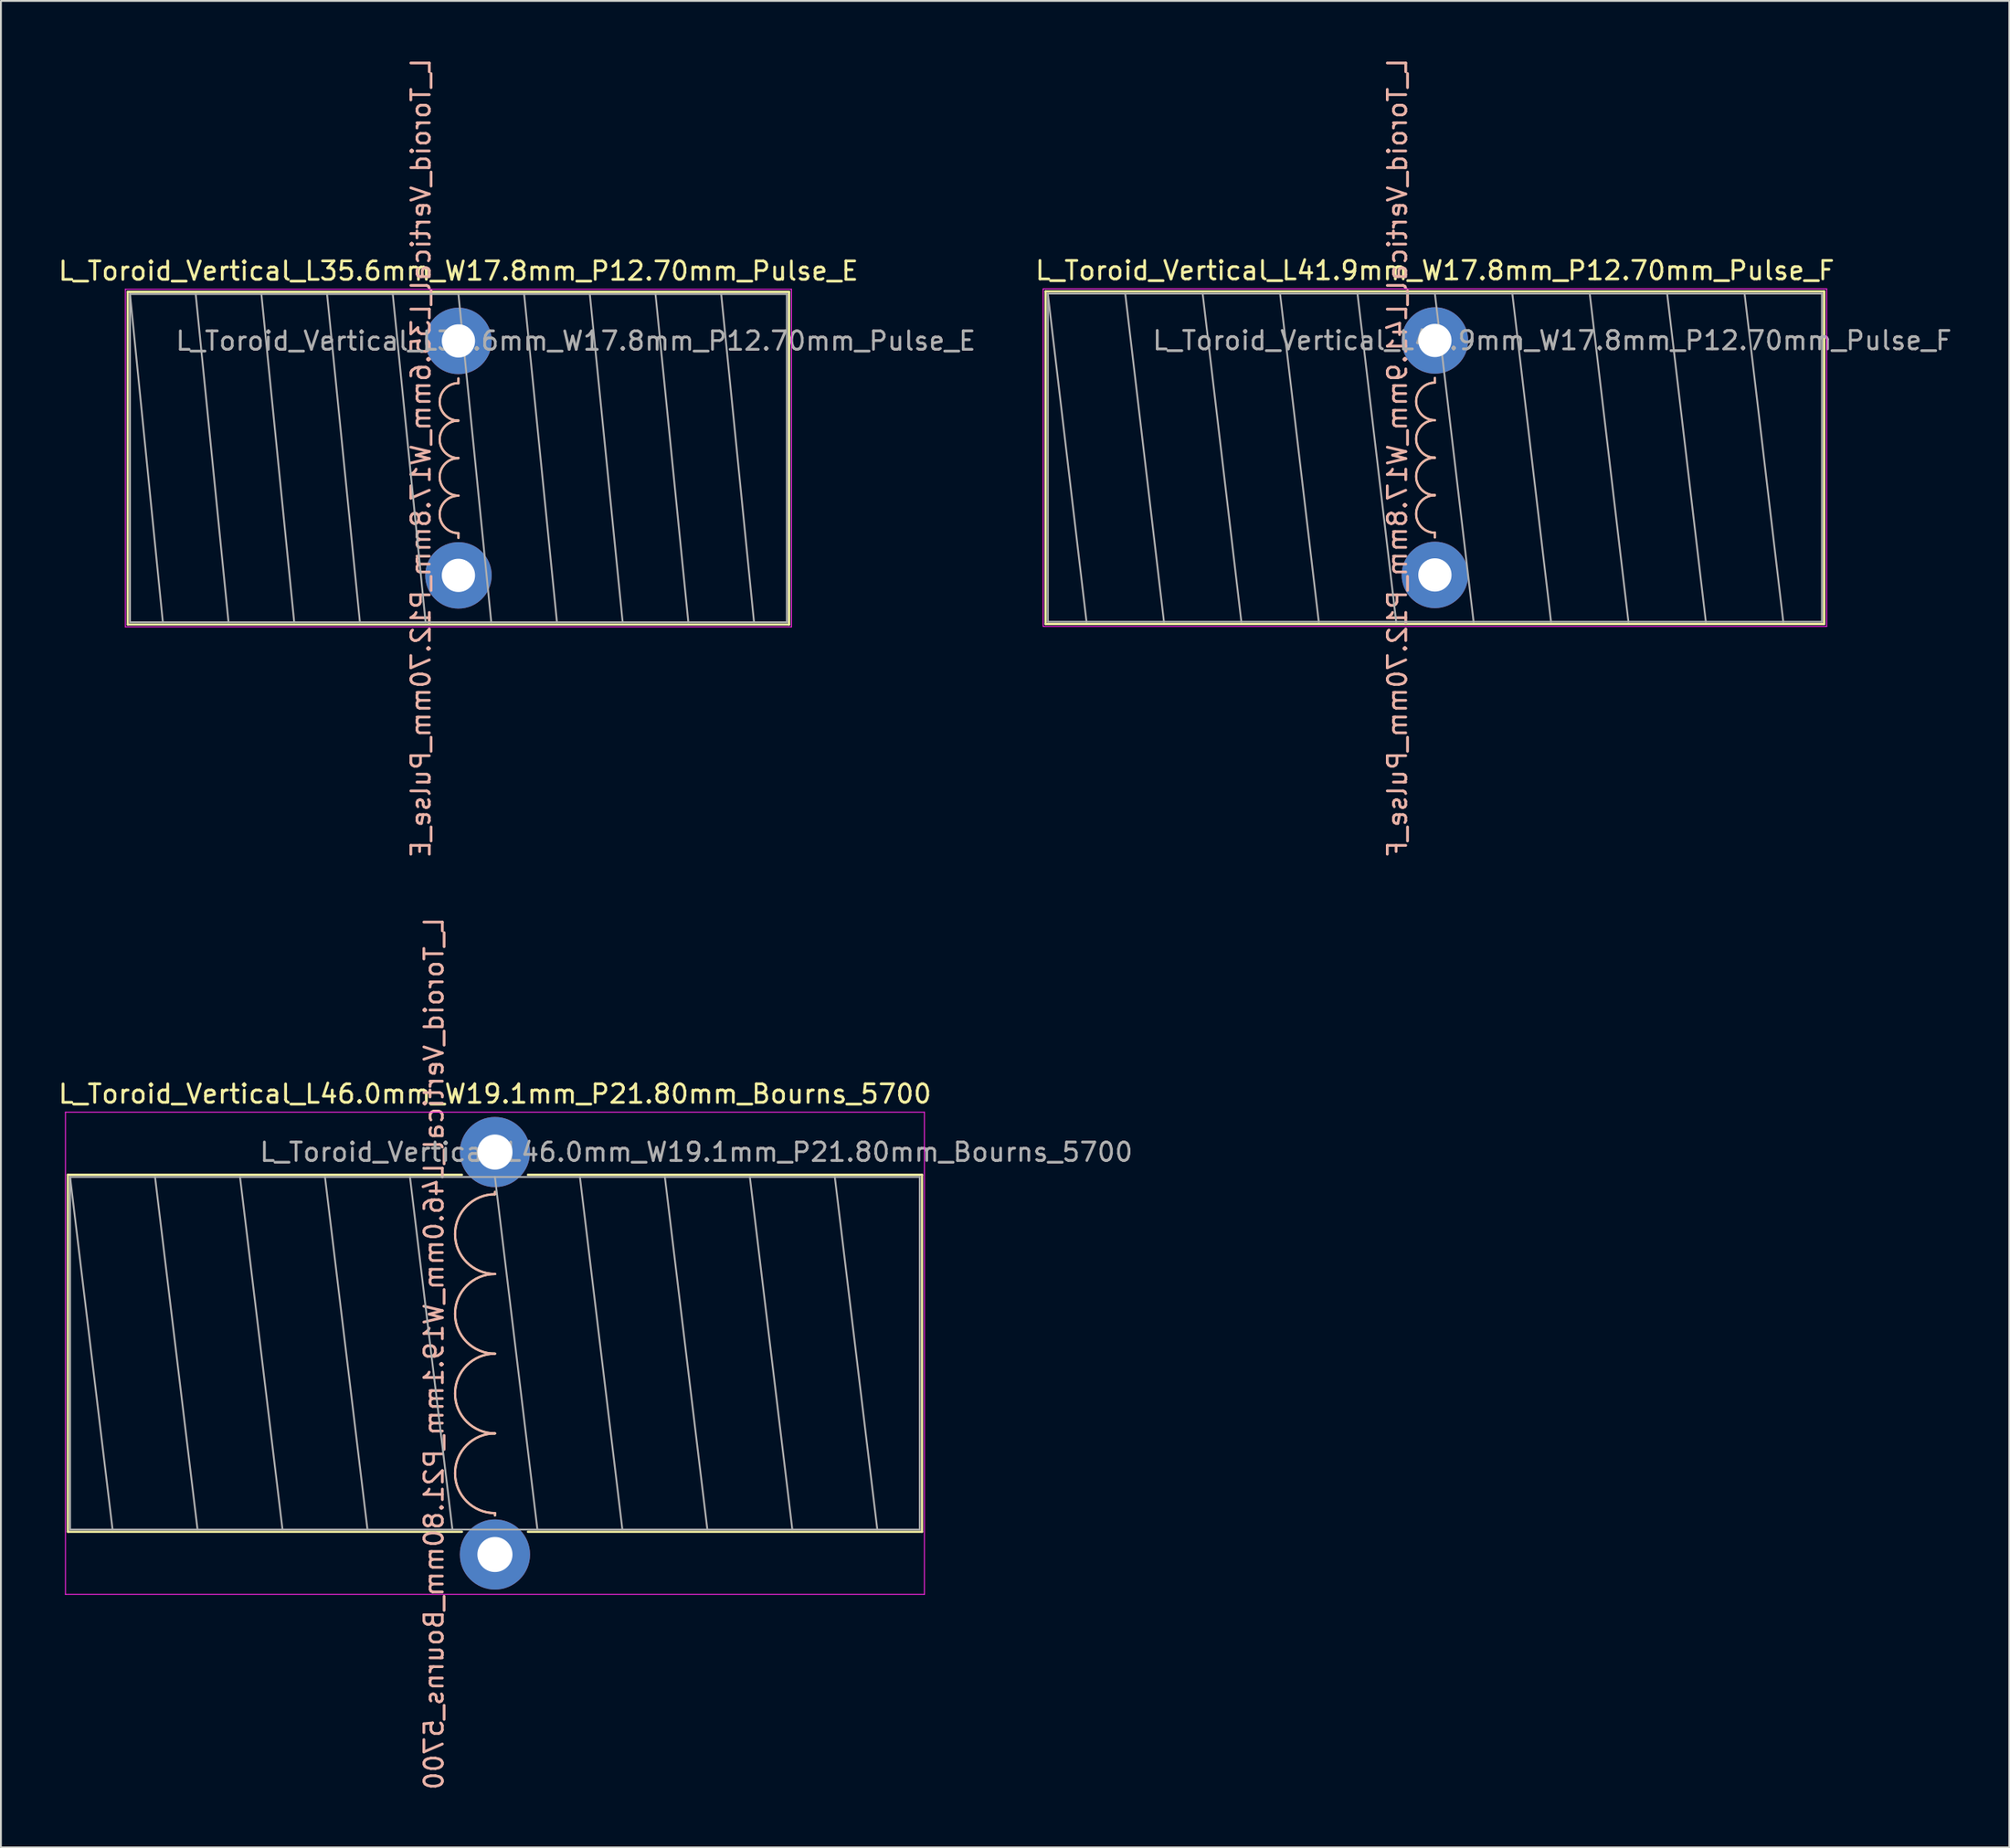
<source format=kicad_pcb>
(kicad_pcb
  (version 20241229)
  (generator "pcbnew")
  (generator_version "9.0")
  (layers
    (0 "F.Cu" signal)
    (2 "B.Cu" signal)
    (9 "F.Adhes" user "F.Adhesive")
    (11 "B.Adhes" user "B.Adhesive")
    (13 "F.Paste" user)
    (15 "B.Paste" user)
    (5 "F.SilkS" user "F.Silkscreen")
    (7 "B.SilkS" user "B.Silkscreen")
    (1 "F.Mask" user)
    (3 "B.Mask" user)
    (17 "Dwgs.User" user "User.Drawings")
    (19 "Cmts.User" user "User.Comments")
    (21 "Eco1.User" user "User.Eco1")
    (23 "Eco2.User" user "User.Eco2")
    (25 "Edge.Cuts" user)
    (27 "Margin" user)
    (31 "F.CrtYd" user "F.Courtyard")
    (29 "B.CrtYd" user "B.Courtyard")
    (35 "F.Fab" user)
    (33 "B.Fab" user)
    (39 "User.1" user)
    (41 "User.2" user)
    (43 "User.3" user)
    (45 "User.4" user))
  (footprint "L_Toroid_Vertical_L41.9mm_W17.8mm_P12.70mm_Pulse_F"
    (layer "F.Cu")
    (at 74.63 15.394)
    (property "Reference" "L_Toroid_Vertical_L41.9mm_W17.8mm_P12.70mm_Pulse_F" (at 0 -3.79 0) (layer "F.SilkS") (effects (font (size 1 1) (thickness 0.15))))
    (fp_line (start -21.075 -2.66) (end -21.075 15.36) (stroke (width 0.12) (type solid)) (layer "F.SilkS"))
    (fp_line (start -21.075 -2.66) (end 21.075 -2.66) (stroke (width 0.12) (type solid)) (layer "F.SilkS"))
    (fp_line (start -21.075 15.36) (end 21.075 15.36) (stroke (width 0.12) (type solid)) (layer "F.SilkS"))
    (fp_line (start 0 2.286) (end 0 2.032) (stroke (width 0.12) (type solid)) (layer "F.SilkS"))
    (fp_line (start 0 10.414) (end 0 10.668) (stroke (width 0.12) (type solid)) (layer "F.SilkS"))
    (fp_line (start 21.075 -2.66) (end 21.075 15.36) (stroke (width 0.12) (type solid)) (layer "F.SilkS"))
    (fp_arc (start 0 4.318) (mid -1.016 3.302) (end 0 2.286) (stroke (width 0.12) (type solid)) (layer "F.SilkS"))
    (fp_arc (start 0 6.35) (mid -1.016 5.334) (end 0 4.318) (stroke (width 0.12) (type solid)) (layer "F.SilkS"))
    (fp_arc (start 0 8.382) (mid -1.016 7.366) (end 0 6.35) (stroke (width 0.12) (type solid)) (layer "F.SilkS"))
    (fp_arc (start 0 10.414) (mid -1.016 9.398) (end 0 8.382) (stroke (width 0.12) (type solid)) (layer "F.SilkS"))
    (fp_line (start 0 2.286) (end 0 2.032) (stroke (width 0.12) (type solid)) (layer "B.SilkS"))
    (fp_line (start 0 10.414) (end 0 10.668) (stroke (width 0.12) (type solid)) (layer "B.SilkS"))
    (fp_arc (start 0 4.318) (mid -1.016 3.302) (end 0 2.286) (stroke (width 0.12) (type solid)) (layer "B.SilkS"))
    (fp_arc (start 0 6.35) (mid -1.016 5.334) (end 0 4.318) (stroke (width 0.12) (type solid)) (layer "B.SilkS"))
    (fp_arc (start 0 8.382) (mid -1.016 7.366) (end 0 6.35) (stroke (width 0.12) (type solid)) (layer "B.SilkS"))
    (fp_arc (start 0 10.414) (mid -1.016 9.398) (end 0 8.382) (stroke (width 0.12) (type solid)) (layer "B.SilkS"))
    (fp_line (start -21.21 -2.8) (end -21.21 15.49) (stroke (width 0.05) (type solid)) (layer "F.CrtYd"))
    (fp_line (start -21.21 15.49) (end 21.21 15.49) (stroke (width 0.05) (type solid)) (layer "F.CrtYd"))
    (fp_line (start 21.21 -2.8) (end -21.21 -2.8) (stroke (width 0.05) (type solid)) (layer "F.CrtYd"))
    (fp_line (start 21.21 15.49) (end 21.21 -2.8) (stroke (width 0.05) (type solid)) (layer "F.CrtYd"))
    (fp_line (start -20.955 -2.54) (end -20.955 15.24) (stroke (width 0.1) (type solid)) (layer "F.Fab"))
    (fp_line (start -20.955 -2.54) (end -18.86 15.24) (stroke (width 0.1) (type solid)) (layer "F.Fab"))
    (fp_line (start -20.955 15.24) (end 20.955 15.24) (stroke (width 0.1) (type solid)) (layer "F.Fab"))
    (fp_line (start -16.764 -2.54) (end -14.668 15.24) (stroke (width 0.1) (type solid)) (layer "F.Fab"))
    (fp_line (start -12.573 -2.54) (end -10.477 15.24) (stroke (width 0.1) (type solid)) (layer "F.Fab"))
    (fp_line (start -8.382 -2.54) (end -6.287 15.24) (stroke (width 0.1) (type solid)) (layer "F.Fab"))
    (fp_line (start -4.191 -2.54) (end -2.095 15.24) (stroke (width 0.1) (type solid)) (layer "F.Fab"))
    (fp_line (start 0 -2.54) (end 2.095 15.24) (stroke (width 0.1) (type solid)) (layer "F.Fab"))
    (fp_line (start 4.191 -2.54) (end 6.287 15.24) (stroke (width 0.1) (type solid)) (layer "F.Fab"))
    (fp_line (start 8.382 -2.54) (end 10.477 15.24) (stroke (width 0.1) (type solid)) (layer "F.Fab"))
    (fp_line (start 12.573 -2.54) (end 14.668 15.24) (stroke (width 0.1) (type solid)) (layer "F.Fab"))
    (fp_line (start 16.764 -2.54) (end 18.86 15.24) (stroke (width 0.1) (type solid)) (layer "F.Fab"))
    (fp_line (start 20.955 -2.54) (end -20.955 -2.54) (stroke (width 0.1) (type solid)) (layer "F.Fab"))
    (fp_line (start 20.955 15.24) (end 20.955 -2.54) (stroke (width 0.1) (type solid)) (layer "F.Fab"))
    (fp_text user "${REFERENCE}" (at -2.032 6.35 90) (layer "B.SilkS") (effects (font (size 1 1) (thickness 0.15)) (justify mirror)))
    (fp_text user "${REFERENCE}" (at 6.35 0 0) (layer "F.Fab") (effects (font (size 1 1) (thickness 0.15))))
    (pad "1" thru_hole circle (at 0 0) (size 3.6 3.6) (drill 1.8) (layers "*.Cu" "*.Mask"))
    (pad "2" thru_hole circle (at 0 12.7) (size 3.6 3.6) (drill 1.8) (layers "*.Cu" "*.Mask")))
  (footprint "L_Toroid_Vertical_L46.0mm_W19.1mm_P21.80mm_Bourns_5700"
    (layer "F.Cu")
    (at 23.744 59.358)
    (property "Reference" "L_Toroid_Vertical_L46.0mm_W19.1mm_P21.80mm_Bourns_5700" (at 0 -3.15 0) (layer "F.SilkS") (effects (font (size 1 1) (thickness 0.15))))
    (fp_line (start -23.12 1.23) (end -23.12 20.57) (stroke (width 0.12) (type solid)) (layer "F.SilkS"))
    (fp_line (start -23.12 1.23) (end -1.785 1.23) (stroke (width 0.12) (type solid)) (layer "F.SilkS"))
    (fp_line (start -23.12 20.57) (end -1.785 20.57) (stroke (width 0.12) (type solid)) (layer "F.SilkS"))
    (fp_line (start 0 2.286) (end 0 2.159) (stroke (width 0.12) (type solid)) (layer "F.SilkS"))
    (fp_line (start 0 19.558) (end 0 19.685) (stroke (width 0.12) (type solid)) (layer "F.SilkS"))
    (fp_line (start 1.785 1.23) (end 23.12 1.23) (stroke (width 0.12) (type solid)) (layer "F.SilkS"))
    (fp_line (start 1.785 20.57) (end 23.12 20.57) (stroke (width 0.12) (type solid)) (layer "F.SilkS"))
    (fp_line (start 23.12 1.23) (end 23.12 20.57) (stroke (width 0.12) (type solid)) (layer "F.SilkS"))
    (fp_arc (start 0 6.604) (mid -2.159 4.445) (end 0 2.286) (stroke (width 0.12) (type solid)) (layer "F.SilkS"))
    (fp_arc (start 0 10.922) (mid -2.159 8.763) (end 0 6.604) (stroke (width 0.12) (type solid)) (layer "F.SilkS"))
    (fp_arc (start 0 15.24) (mid -2.159 13.081) (end 0 10.922) (stroke (width 0.12) (type solid)) (layer "F.SilkS"))
    (fp_arc (start 0 19.558) (mid -2.159 17.399) (end 0 15.24) (stroke (width 0.12) (type solid)) (layer "F.SilkS"))
    (fp_line (start 0 2.286) (end 0 2.159) (stroke (width 0.12) (type solid)) (layer "B.SilkS"))
    (fp_line (start 0 19.558) (end 0 19.685) (stroke (width 0.12) (type solid)) (layer "B.SilkS"))
    (fp_arc (start 0 6.604) (mid -2.159 4.445) (end 0 2.286) (stroke (width 0.12) (type solid)) (layer "B.SilkS"))
    (fp_arc (start 0 10.922) (mid -2.159 8.763) (end 0 6.604) (stroke (width 0.12) (type solid)) (layer "B.SilkS"))
    (fp_arc (start 0 15.24) (mid -2.159 13.081) (end 0 10.922) (stroke (width 0.12) (type solid)) (layer "B.SilkS"))
    (fp_arc (start 0 19.558) (mid -2.159 17.399) (end 0 15.24) (stroke (width 0.12) (type solid)) (layer "B.SilkS"))
    (fp_line (start -23.25 -2.16) (end -23.25 23.96) (stroke (width 0.05) (type solid)) (layer "F.CrtYd"))
    (fp_line (start -23.25 23.96) (end 23.25 23.96) (stroke (width 0.05) (type solid)) (layer "F.CrtYd"))
    (fp_line (start 23.25 -2.16) (end -23.25 -2.16) (stroke (width 0.05) (type solid)) (layer "F.CrtYd"))
    (fp_line (start 23.25 23.96) (end 23.25 -2.16) (stroke (width 0.05) (type solid)) (layer "F.CrtYd"))
    (fp_line (start -23 1.35) (end -23 20.45) (stroke (width 0.1) (type solid)) (layer "F.Fab"))
    (fp_line (start -23 1.35) (end -20.7 20.45) (stroke (width 0.1) (type solid)) (layer "F.Fab"))
    (fp_line (start -23 20.45) (end 23 20.45) (stroke (width 0.1) (type solid)) (layer "F.Fab"))
    (fp_line (start -18.4 1.35) (end -16.1 20.45) (stroke (width 0.1) (type solid)) (layer "F.Fab"))
    (fp_line (start -13.8 1.35) (end -11.5 20.45) (stroke (width 0.1) (type solid)) (layer "F.Fab"))
    (fp_line (start -9.2 1.35) (end -6.9 20.45) (stroke (width 0.1) (type solid)) (layer "F.Fab"))
    (fp_line (start -4.6 1.35) (end -2.3 20.45) (stroke (width 0.1) (type solid)) (layer "F.Fab"))
    (fp_line (start 0 1.35) (end 2.3 20.45) (stroke (width 0.1) (type solid)) (layer "F.Fab"))
    (fp_line (start 4.6 1.35) (end 6.9 20.45) (stroke (width 0.1) (type solid)) (layer "F.Fab"))
    (fp_line (start 9.2 1.35) (end 11.5 20.45) (stroke (width 0.1) (type solid)) (layer "F.Fab"))
    (fp_line (start 13.8 1.35) (end 16.1 20.45) (stroke (width 0.1) (type solid)) (layer "F.Fab"))
    (fp_line (start 18.4 1.35) (end 20.7 20.45) (stroke (width 0.1) (type solid)) (layer "F.Fab"))
    (fp_line (start 23 1.35) (end -23 1.35) (stroke (width 0.1) (type solid)) (layer "F.Fab"))
    (fp_line (start 23 20.45) (end 23 1.35) (stroke (width 0.1) (type solid)) (layer "F.Fab"))
    (fp_text user "${REFERENCE}" (at -3.302 10.922 90) (layer "B.SilkS") (effects (font (size 1 1) (thickness 0.15)) (justify mirror)))
    (fp_text user "${REFERENCE}" (at 10.9 0 0) (layer "F.Fab") (effects (font (size 1 1) (thickness 0.15))))
    (pad "1" thru_hole circle (at 0 0) (size 3.8 3.8) (drill 1.9) (layers "*.Cu" "*.Mask"))
    (pad "2" thru_hole circle (at 0 21.8) (size 3.8 3.8) (drill 1.9) (layers "*.Cu" "*.Mask")))
  (footprint "L_Toroid_Vertical_L35.6mm_W17.8mm_P12.70mm_Pulse_E"
    (layer "F.Cu")
    (at 21.768 15.418)
    (property "Reference" "L_Toroid_Vertical_L35.6mm_W17.8mm_P12.70mm_Pulse_E" (at 0 -3.79 0) (layer "F.SilkS") (effects (font (size 1 1) (thickness 0.15))))
    (fp_line (start -17.9 -2.66) (end -17.9 15.36) (stroke (width 0.12) (type solid)) (layer "F.SilkS"))
    (fp_line (start -17.9 -2.66) (end 17.9 -2.66) (stroke (width 0.12) (type solid)) (layer "F.SilkS"))
    (fp_line (start -17.9 15.36) (end 17.9 15.36) (stroke (width 0.12) (type solid)) (layer "F.SilkS"))
    (fp_line (start 0 2.286) (end 0 2.032) (stroke (width 0.12) (type solid)) (layer "F.SilkS"))
    (fp_line (start 0 10.414) (end 0 10.668) (stroke (width 0.12) (type solid)) (layer "F.SilkS"))
    (fp_line (start 17.9 -2.66) (end 17.9 15.36) (stroke (width 0.12) (type solid)) (layer "F.SilkS"))
    (fp_arc (start 0 4.318) (mid -1.016 3.302) (end 0 2.286) (stroke (width 0.12) (type solid)) (layer "F.SilkS"))
    (fp_arc (start 0 6.35) (mid -1.016 5.334) (end 0 4.318) (stroke (width 0.12) (type solid)) (layer "F.SilkS"))
    (fp_arc (start 0 8.382) (mid -1.016 7.366) (end 0 6.35) (stroke (width 0.12) (type solid)) (layer "F.SilkS"))
    (fp_arc (start 0 10.414) (mid -1.016 9.398) (end 0 8.382) (stroke (width 0.12) (type solid)) (layer "F.SilkS"))
    (fp_line (start 0 2.286) (end 0 2.032) (stroke (width 0.12) (type solid)) (layer "B.SilkS"))
    (fp_line (start 0 10.414) (end 0 10.668) (stroke (width 0.12) (type solid)) (layer "B.SilkS"))
    (fp_arc (start 0 4.318) (mid -1.016 3.302) (end 0 2.286) (stroke (width 0.12) (type solid)) (layer "B.SilkS"))
    (fp_arc (start 0 6.35) (mid -1.016 5.334) (end 0 4.318) (stroke (width 0.12) (type solid)) (layer "B.SilkS"))
    (fp_arc (start 0 8.382) (mid -1.016 7.366) (end 0 6.35) (stroke (width 0.12) (type solid)) (layer "B.SilkS"))
    (fp_arc (start 0 10.414) (mid -1.016 9.398) (end 0 8.382) (stroke (width 0.12) (type solid)) (layer "B.SilkS"))
    (fp_line (start -18.03 -2.8) (end -18.03 15.49) (stroke (width 0.05) (type solid)) (layer "F.CrtYd"))
    (fp_line (start -18.03 15.49) (end 18.03 15.49) (stroke (width 0.05) (type solid)) (layer "F.CrtYd"))
    (fp_line (start 18.03 -2.8) (end -18.03 -2.8) (stroke (width 0.05) (type solid)) (layer "F.CrtYd"))
    (fp_line (start 18.03 15.49) (end 18.03 -2.8) (stroke (width 0.05) (type solid)) (layer "F.CrtYd"))
    (fp_line (start -17.78 -2.54) (end -17.78 15.24) (stroke (width 0.1) (type solid)) (layer "F.Fab"))
    (fp_line (start -17.78 -2.54) (end -16.002 15.24) (stroke (width 0.1) (type solid)) (layer "F.Fab"))
    (fp_line (start -17.78 15.24) (end 17.78 15.24) (stroke (width 0.1) (type solid)) (layer "F.Fab"))
    (fp_line (start -14.224 -2.54) (end -12.446 15.24) (stroke (width 0.1) (type solid)) (layer "F.Fab"))
    (fp_line (start -10.668 -2.54) (end -8.89 15.24) (stroke (width 0.1) (type solid)) (layer "F.Fab"))
    (fp_line (start -7.112 -2.54) (end -5.334 15.24) (stroke (width 0.1) (type solid)) (layer "F.Fab"))
    (fp_line (start -3.556 -2.54) (end -1.778 15.24) (stroke (width 0.1) (type solid)) (layer "F.Fab"))
    (fp_line (start 0 -2.54) (end 1.778 15.24) (stroke (width 0.1) (type solid)) (layer "F.Fab"))
    (fp_line (start 3.556 -2.54) (end 5.334 15.24) (stroke (width 0.1) (type solid)) (layer "F.Fab"))
    (fp_line (start 7.112 -2.54) (end 8.89 15.24) (stroke (width 0.1) (type solid)) (layer "F.Fab"))
    (fp_line (start 10.668 -2.54) (end 12.446 15.24) (stroke (width 0.1) (type solid)) (layer "F.Fab"))
    (fp_line (start 14.224 -2.54) (end 16.002 15.24) (stroke (width 0.1) (type solid)) (layer "F.Fab"))
    (fp_line (start 17.78 -2.54) (end -17.78 -2.54) (stroke (width 0.1) (type solid)) (layer "F.Fab"))
    (fp_line (start 17.78 15.24) (end 17.78 -2.54) (stroke (width 0.1) (type solid)) (layer "F.Fab"))
    (fp_text user "${REFERENCE}" (at -2.032 6.35 90) (layer "B.SilkS") (effects (font (size 1 1) (thickness 0.15)) (justify mirror)))
    (fp_text user "${REFERENCE}" (at 6.35 0 0) (layer "F.Fab") (effects (font (size 1 1) (thickness 0.15))))
    (pad "1" thru_hole circle (at 0 0) (size 3.6 3.6) (drill 1.8) (layers "*.Cu" "*.Mask"))
    (pad "2" thru_hole circle (at 0 12.7) (size 3.6 3.6) (drill 1.8) (layers "*.Cu" "*.Mask")))
  (gr_rect
    (start -3 -3)
    (end 105.724 97.024)
    (stroke (width 0.1) (type default))
    (fill no)
    (layer "Edge.Cuts")))
</source>
